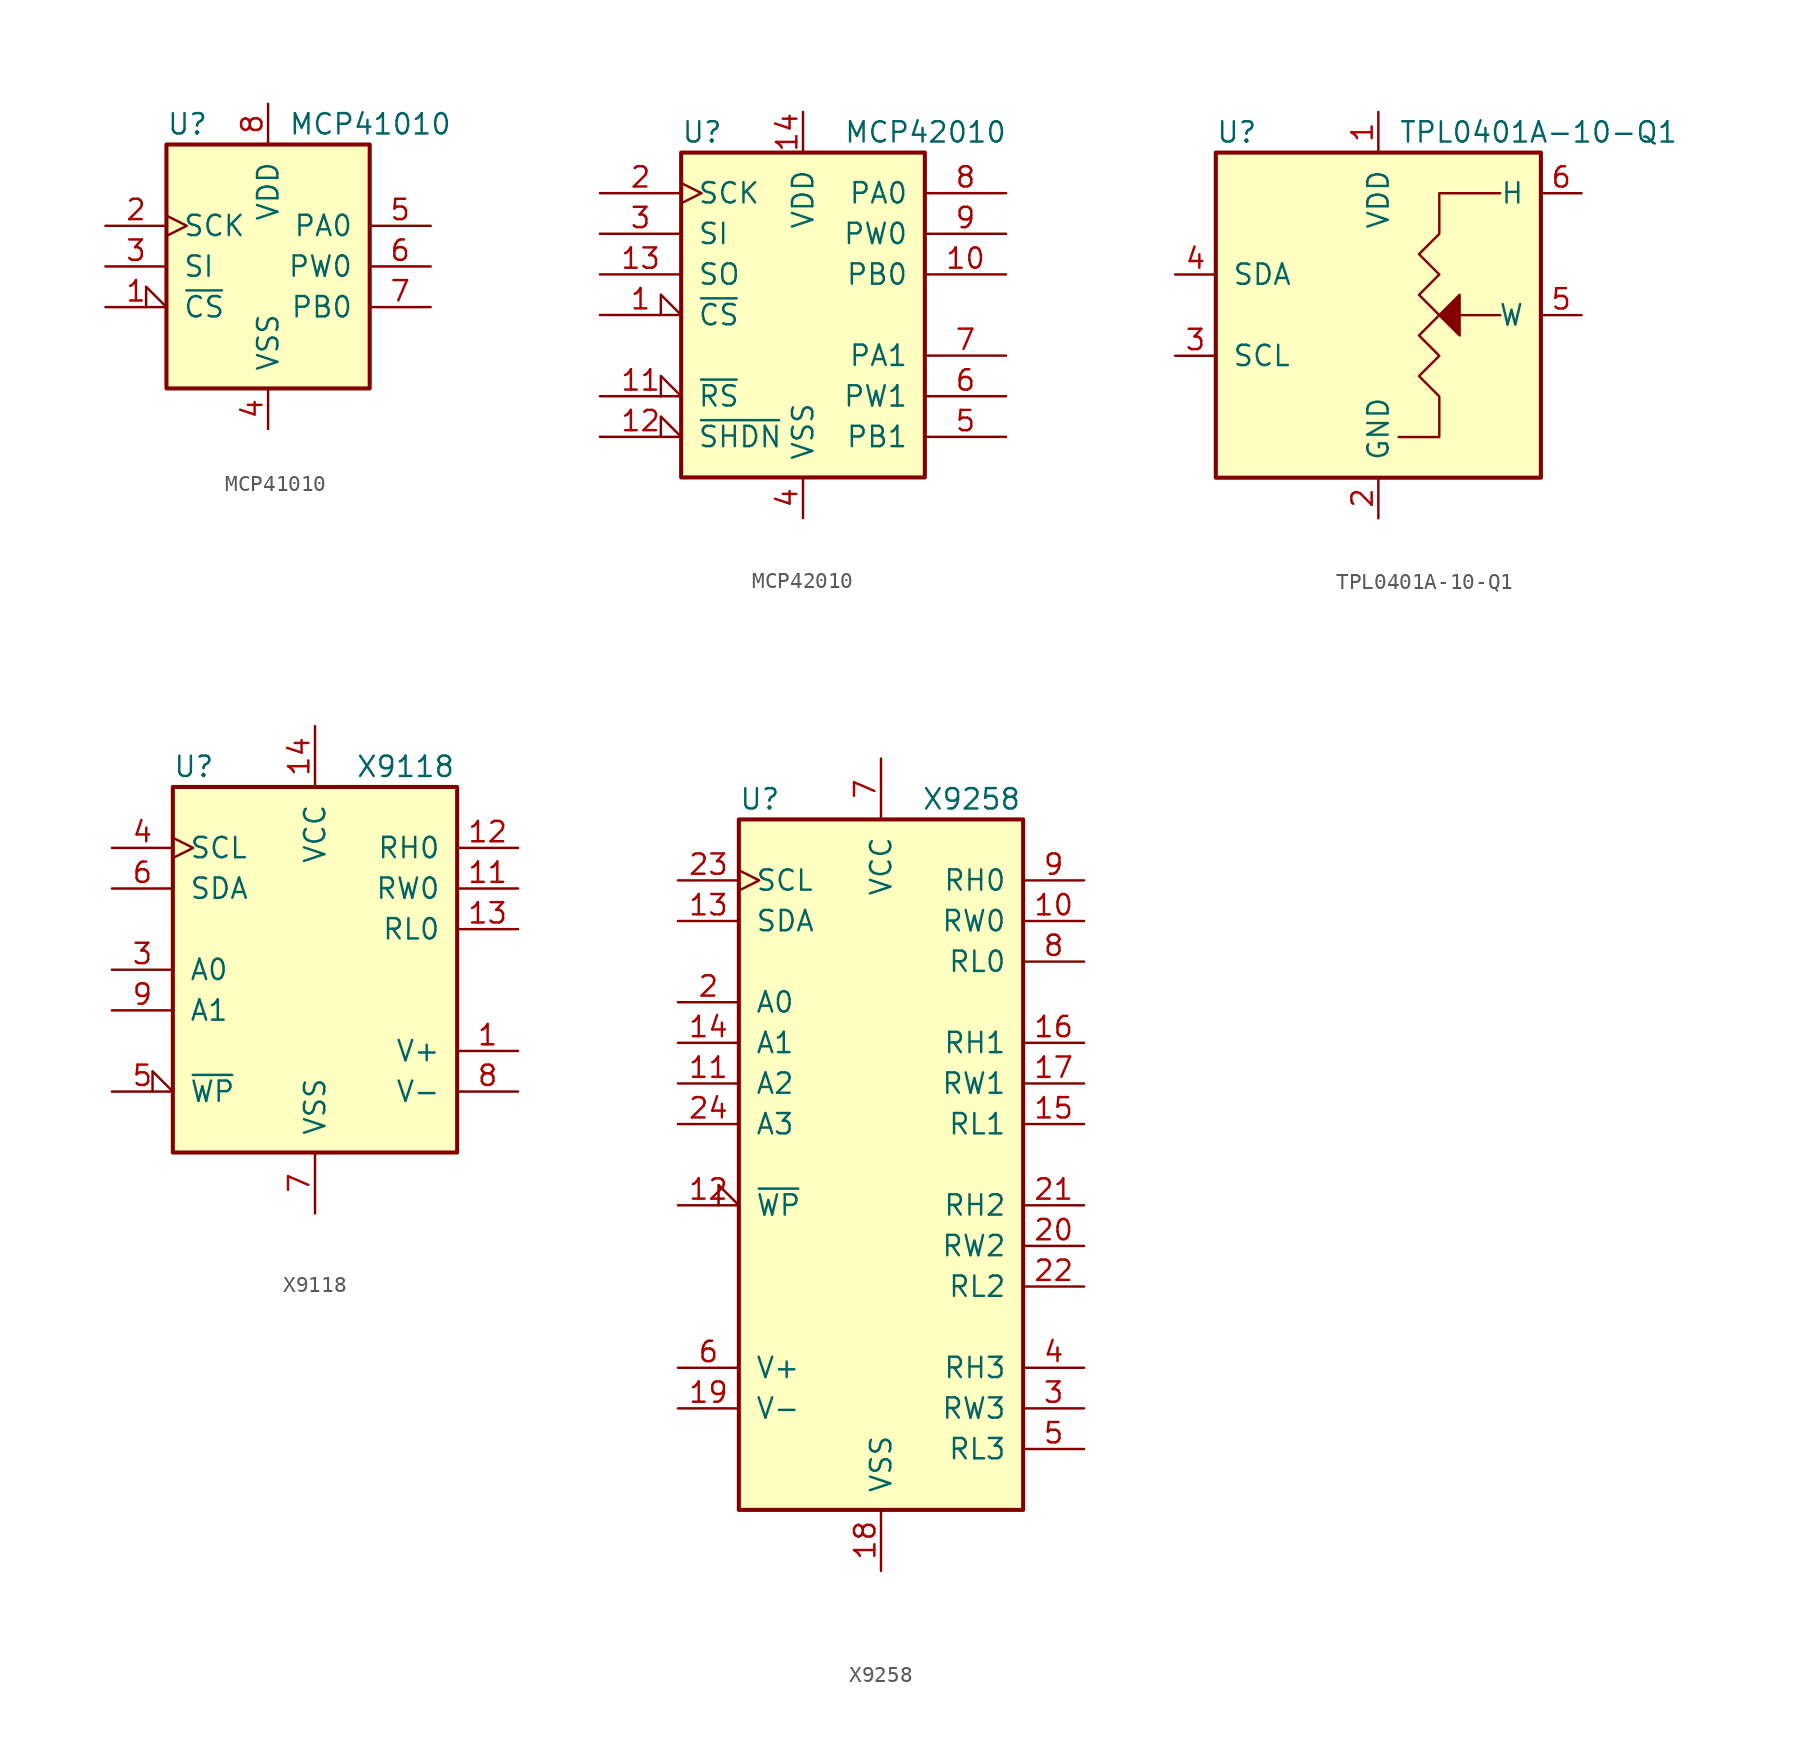
<source format=kicad_sym>
(kicad_symbol_lib
  (version 20201005)
  (generator kicad_symbol_editor)
  (symbol "Potentiometer_Digital:MCP41010"
    (pin_names
      (offset 1.016))
    (property "Reference" "U"
      (at -6.35 8.89 0)
      (effects (font (size 1.27 1.27)) (justify left)))
    (property "Value" "MCP41010"
      (at 1.27 8.89 0)
      (effects (font (size 1.27 1.27)) (justify left)))
    (symbol "MCP41010_0_1"
      (rectangle (start -6.35 7.62) (end 6.35 -7.62) (stroke (width 0.254)) (fill (type background))))
    (symbol "MCP41010_1_1"
      (pin input input_low (at -10.16 -2.54 0) (length 3.81) (name "~CS" (effects (font (size 1.27 1.27)))) (number "1" (effects (font (size 1.27 1.27)))))
      (pin passive clock (at -10.16 2.54 0) (length 3.81) (name "SCK" (effects (font (size 1.27 1.27)))) (number "2" (effects (font (size 1.27 1.27)))))
      (pin input line (at -10.16 0 0) (length 3.81) (name "SI" (effects (font (size 1.27 1.27)))) (number "3" (effects (font (size 1.27 1.27)))))
      (pin power_in line (at 0 -10.16 90) (length 2.54) (name "VSS" (effects (font (size 1.27 1.27)))) (number "4" (effects (font (size 1.27 1.27)))))
      (pin passive line (at 10.16 2.54 180) (length 3.81) (name "PA0" (effects (font (size 1.27 1.27)))) (number "5" (effects (font (size 1.27 1.27)))))
      (pin passive line (at 10.16 0 180) (length 3.81) (name "PW0" (effects (font (size 1.27 1.27)))) (number "6" (effects (font (size 1.27 1.27)))))
      (pin passive line (at 10.16 -2.54 180) (length 3.81) (name "PB0" (effects (font (size 1.27 1.27)))) (number "7" (effects (font (size 1.27 1.27)))))
      (pin power_in line (at 0 10.16 270) (length 2.54) (name "VDD" (effects (font (size 1.27 1.27)))) (number "8" (effects (font (size 1.27 1.27)))))))
  (symbol "Potentiometer_Digital:MCP42010"
    (pin_names
      (offset 1.016))
    (property "Reference" "U"
      (at -7.62 11.43 0)
      (effects (font (size 1.27 1.27)) (justify left)))
    (property "Value" "MCP42010"
      (at 2.54 11.43 0)
      (effects (font (size 1.27 1.27)) (justify left)))
    (symbol "MCP42010_0_1"
      (rectangle (start -7.62 10.16) (end 7.62 -10.16) (stroke (width 0.254)) (fill (type background))))
    (symbol "MCP42010_1_1"
      (pin input input_low (at -12.7 0 0) (length 5.08) (name "~CS" (effects (font (size 1.27 1.27)))) (number "1" (effects (font (size 1.27 1.27)))))
      (pin passive line (at 12.7 2.54 180) (length 5.08) (name "PB0" (effects (font (size 1.27 1.27)))) (number "10" (effects (font (size 1.27 1.27)))))
      (pin input input_low (at -12.7 -5.08 0) (length 5.08) (name "~RS" (effects (font (size 1.27 1.27)))) (number "11" (effects (font (size 1.27 1.27)))))
      (pin input input_low (at -12.7 -7.62 0) (length 5.08) (name "~SHDN" (effects (font (size 1.27 1.27)))) (number "12" (effects (font (size 1.27 1.27)))))
      (pin output line (at -12.7 2.54 0) (length 5.08) (name "SO" (effects (font (size 1.27 1.27)))) (number "13" (effects (font (size 1.27 1.27)))))
      (pin power_in line (at 0 12.7 270) (length 2.54) (name "VDD" (effects (font (size 1.27 1.27)))) (number "14" (effects (font (size 1.27 1.27)))))
      (pin input clock (at -12.7 7.62 0) (length 5.08) (name "SCK" (effects (font (size 1.27 1.27)))) (number "2" (effects (font (size 1.27 1.27)))))
      (pin input line (at -12.7 5.08 0) (length 5.08) (name "SI" (effects (font (size 1.27 1.27)))) (number "3" (effects (font (size 1.27 1.27)))))
      (pin power_in line (at 0 -12.7 90) (length 2.54) (name "VSS" (effects (font (size 1.27 1.27)))) (number "4" (effects (font (size 1.27 1.27)))))
      (pin passive line (at 12.7 -7.62 180) (length 5.08) (name "PB1" (effects (font (size 1.27 1.27)))) (number "5" (effects (font (size 1.27 1.27)))))
      (pin passive line (at 12.7 -5.08 180) (length 5.08) (name "PW1" (effects (font (size 1.27 1.27)))) (number "6" (effects (font (size 1.27 1.27)))))
      (pin passive line (at 12.7 -2.54 180) (length 5.08) (name "PA1" (effects (font (size 1.27 1.27)))) (number "7" (effects (font (size 1.27 1.27)))))
      (pin passive line (at 12.7 7.62 180) (length 5.08) (name "PA0" (effects (font (size 1.27 1.27)))) (number "8" (effects (font (size 1.27 1.27)))))
      (pin passive line (at 12.7 5.08 180) (length 5.08) (name "PW0" (effects (font (size 1.27 1.27)))) (number "9" (effects (font (size 1.27 1.27)))))))
  (symbol "Potentiometer_Digital:TPL0401A-10-Q1"
    (pin_names
      (offset 1.016))
    (property "Reference" "U"
      (at -10.16 11.43 0)
      (effects (font (size 1.27 1.27)) (justify left)))
    (property "Value" "TPL0401A-10-Q1"
      (at 1.27 11.43 0)
      (effects (font (size 1.27 1.27)) (justify left)))
    (symbol "TPL0401A-10-Q1_0_1"
      (polyline (pts (xy 7.62 0) (xy 5.08 0)) (stroke (width 0)) (fill (type none)))
      (polyline (pts (xy 5.08 -1.27) (xy 5.08 1.27) (xy 3.81 0) (xy 5.08 -1.27) (xy 5.08 -1.27)) (stroke (width 0)) (fill (type outline)))
      (polyline (pts (xy 7.62 7.62) (xy 3.81 7.62) (xy 3.81 5.08) (xy 2.54 3.81) (xy 3.81 2.54) (xy 2.54 1.27) (xy 3.81 0) (xy 2.54 -1.27) (xy 3.81 -2.54) (xy 2.54 -3.81) (xy 3.81 -5.08) (xy 3.81 -7.62) (xy 1.27 -7.62)) (stroke (width 0)) (fill (type none))))
    (symbol "TPL0401A-10-Q1_1_1"
      (rectangle (start -10.16 10.16) (end 10.16 -10.16) (stroke (width 0.254)) (fill (type background)))
      (pin power_in line (at 0 12.7 270) (length 2.54) (name "VDD" (effects (font (size 1.27 1.27)))) (number "1" (effects (font (size 1.27 1.27)))))
      (pin power_in line (at 0 -12.7 90) (length 2.54) (name "GND" (effects (font (size 1.27 1.27)))) (number "2" (effects (font (size 1.27 1.27)))))
      (pin input line (at -12.7 -2.54 0) (length 2.54) (name "SCL" (effects (font (size 1.27 1.27)))) (number "3" (effects (font (size 1.27 1.27)))))
      (pin bidirectional line (at -12.7 2.54 0) (length 2.54) (name "SDA" (effects (font (size 1.27 1.27)))) (number "4" (effects (font (size 1.27 1.27)))))
      (pin passive line (at 12.7 0 180) (length 2.54) (name "W" (effects (font (size 1.27 1.27)))) (number "5" (effects (font (size 1.27 1.27)))))
      (pin passive line (at 12.7 7.62 180) (length 2.54) (name "H" (effects (font (size 1.27 1.27)))) (number "6" (effects (font (size 1.27 1.27)))))))
  (symbol "Potentiometer_Digital:X9118"
    (pin_names
      (offset 1.016))
    (property "Reference" "U"
      (at -8.89 12.7 0)
      (effects (font (size 1.27 1.27)) (justify left)))
    (property "Value" "X9118"
      (at 2.54 12.7 0)
      (effects (font (size 1.27 1.27)) (justify left)))
    (symbol "X9118_0_0"
      (pin passive line (at 12.7 -5.08 180) (length 3.81) (name "V+" (effects (font (size 1.27 1.27)))) (number "1" (effects (font (size 1.27 1.27)))))
      (pin power_in line (at 0 15.24 270) (length 3.81) (name "VCC" (effects (font (size 1.27 1.27)))) (number "14" (effects (font (size 1.27 1.27)))))
      (pin input line (at -12.7 0 0) (length 3.81) (name "A0" (effects (font (size 1.27 1.27)))) (number "3" (effects (font (size 1.27 1.27)))))
      (pin input clock (at -12.7 7.62 0) (length 3.81) (name "SCL" (effects (font (size 1.27 1.27)))) (number "4" (effects (font (size 1.27 1.27)))))
      (pin bidirectional line (at -12.7 5.08 0) (length 3.81) (name "SDA" (effects (font (size 1.27 1.27)))) (number "6" (effects (font (size 1.27 1.27)))))
      (pin power_in line (at 0 -15.24 90) (length 3.81) (name "VSS" (effects (font (size 1.27 1.27)))) (number "7" (effects (font (size 1.27 1.27)))))
      (pin passive line (at 12.7 -7.62 180) (length 3.81) (name "V-" (effects (font (size 1.27 1.27)))) (number "8" (effects (font (size 1.27 1.27)))))
      (pin input line (at -12.7 -2.54 0) (length 3.81) (name "A1" (effects (font (size 1.27 1.27)))) (number "9" (effects (font (size 1.27 1.27))))))
    (symbol "X9118_0_1"
      (rectangle (start -8.89 11.43) (end 8.89 -11.43) (stroke (width 0.254)) (fill (type background))))
    (symbol "X9118_1_1"
      (pin passive line (at 12.7 5.08 180) (length 3.81) (name "RW0" (effects (font (size 1.27 1.27)))) (number "11" (effects (font (size 1.27 1.27)))))
      (pin passive line (at 12.7 7.62 180) (length 3.81) (name "RH0" (effects (font (size 1.27 1.27)))) (number "12" (effects (font (size 1.27 1.27)))))
      (pin passive line (at 12.7 2.54 180) (length 3.81) (name "RL0" (effects (font (size 1.27 1.27)))) (number "13" (effects (font (size 1.27 1.27)))))
      (pin input input_low (at -12.7 -7.62 0) (length 3.81) (name "~WP" (effects (font (size 1.27 1.27)))) (number "5" (effects (font (size 1.27 1.27)))))))
  (symbol "Potentiometer_Digital:X9258"
    (pin_names
      (offset 1.016))
    (property "Reference" "U"
      (at -8.89 22.86 0)
      (effects (font (size 1.27 1.27)) (justify left)))
    (property "Value" "X9258"
      (at 2.54 22.86 0)
      (effects (font (size 1.27 1.27)) (justify left)))
    (symbol "X9258_0_0"
      (pin input line (at -12.7 5.08 0) (length 3.81) (name "A2" (effects (font (size 1.27 1.27)))) (number "11" (effects (font (size 1.27 1.27)))))
      (pin bidirectional line (at -12.7 15.24 0) (length 3.81) (name "SDA" (effects (font (size 1.27 1.27)))) (number "13" (effects (font (size 1.27 1.27)))))
      (pin input line (at -12.7 7.62 0) (length 3.81) (name "A1" (effects (font (size 1.27 1.27)))) (number "14" (effects (font (size 1.27 1.27)))))
      (pin power_in line (at 0 -25.4 90) (length 3.81) (name "VSS" (effects (font (size 1.27 1.27)))) (number "18" (effects (font (size 1.27 1.27)))))
      (pin passive line (at -12.7 -15.24 0) (length 3.81) (name "V-" (effects (font (size 1.27 1.27)))) (number "19" (effects (font (size 1.27 1.27)))))
      (pin input line (at -12.7 10.16 0) (length 3.81) (name "A0" (effects (font (size 1.27 1.27)))) (number "2" (effects (font (size 1.27 1.27)))))
      (pin input clock (at -12.7 17.78 0) (length 3.81) (name "SCL" (effects (font (size 1.27 1.27)))) (number "23" (effects (font (size 1.27 1.27)))))
      (pin input line (at -12.7 2.54 0) (length 3.81) (name "A3" (effects (font (size 1.27 1.27)))) (number "24" (effects (font (size 1.27 1.27)))))
      (pin passive line (at -12.7 -12.7 0) (length 3.81) (name "V+" (effects (font (size 1.27 1.27)))) (number "6" (effects (font (size 1.27 1.27)))))
      (pin power_in line (at 0 25.4 270) (length 3.81) (name "VCC" (effects (font (size 1.27 1.27)))) (number "7" (effects (font (size 1.27 1.27))))))
    (symbol "X9258_0_1"
      (rectangle (start -8.89 21.59) (end 8.89 -21.59) (stroke (width 0.254)) (fill (type background))))
    (symbol "X9258_1_1"
      (pin passive line (at 12.7 15.24 180) (length 3.81) (name "RW0" (effects (font (size 1.27 1.27)))) (number "10" (effects (font (size 1.27 1.27)))))
      (pin input input_low (at -12.7 -2.54 0) (length 3.81) (name "~WP" (effects (font (size 1.27 1.27)))) (number "12" (effects (font (size 1.27 1.27)))))
      (pin passive line (at 12.7 2.54 180) (length 3.81) (name "RL1" (effects (font (size 1.27 1.27)))) (number "15" (effects (font (size 1.27 1.27)))))
      (pin passive line (at 12.7 7.62 180) (length 3.81) (name "RH1" (effects (font (size 1.27 1.27)))) (number "16" (effects (font (size 1.27 1.27)))))
      (pin passive line (at 12.7 5.08 180) (length 3.81) (name "RW1" (effects (font (size 1.27 1.27)))) (number "17" (effects (font (size 1.27 1.27)))))
      (pin passive line (at 12.7 -5.08 180) (length 3.81) (name "RW2" (effects (font (size 1.27 1.27)))) (number "20" (effects (font (size 1.27 1.27)))))
      (pin passive line (at 12.7 -2.54 180) (length 3.81) (name "RH2" (effects (font (size 1.27 1.27)))) (number "21" (effects (font (size 1.27 1.27)))))
      (pin passive line (at 12.7 -7.62 180) (length 3.81) (name "RL2" (effects (font (size 1.27 1.27)))) (number "22" (effects (font (size 1.27 1.27)))))
      (pin passive line (at 12.7 -15.24 180) (length 3.81) (name "RW3" (effects (font (size 1.27 1.27)))) (number "3" (effects (font (size 1.27 1.27)))))
      (pin passive line (at 12.7 -12.7 180) (length 3.81) (name "RH3" (effects (font (size 1.27 1.27)))) (number "4" (effects (font (size 1.27 1.27)))))
      (pin passive line (at 12.7 -17.78 180) (length 3.81) (name "RL3" (effects (font (size 1.27 1.27)))) (number "5" (effects (font (size 1.27 1.27)))))
      (pin passive line (at 12.7 12.7 180) (length 3.81) (name "RL0" (effects (font (size 1.27 1.27)))) (number "8" (effects (font (size 1.27 1.27)))))
      (pin passive line (at 12.7 17.78 180) (length 3.81) (name "RH0" (effects (font (size 1.27 1.27)))) (number "9" (effects (font (size 1.27 1.27))))))))
</source>
